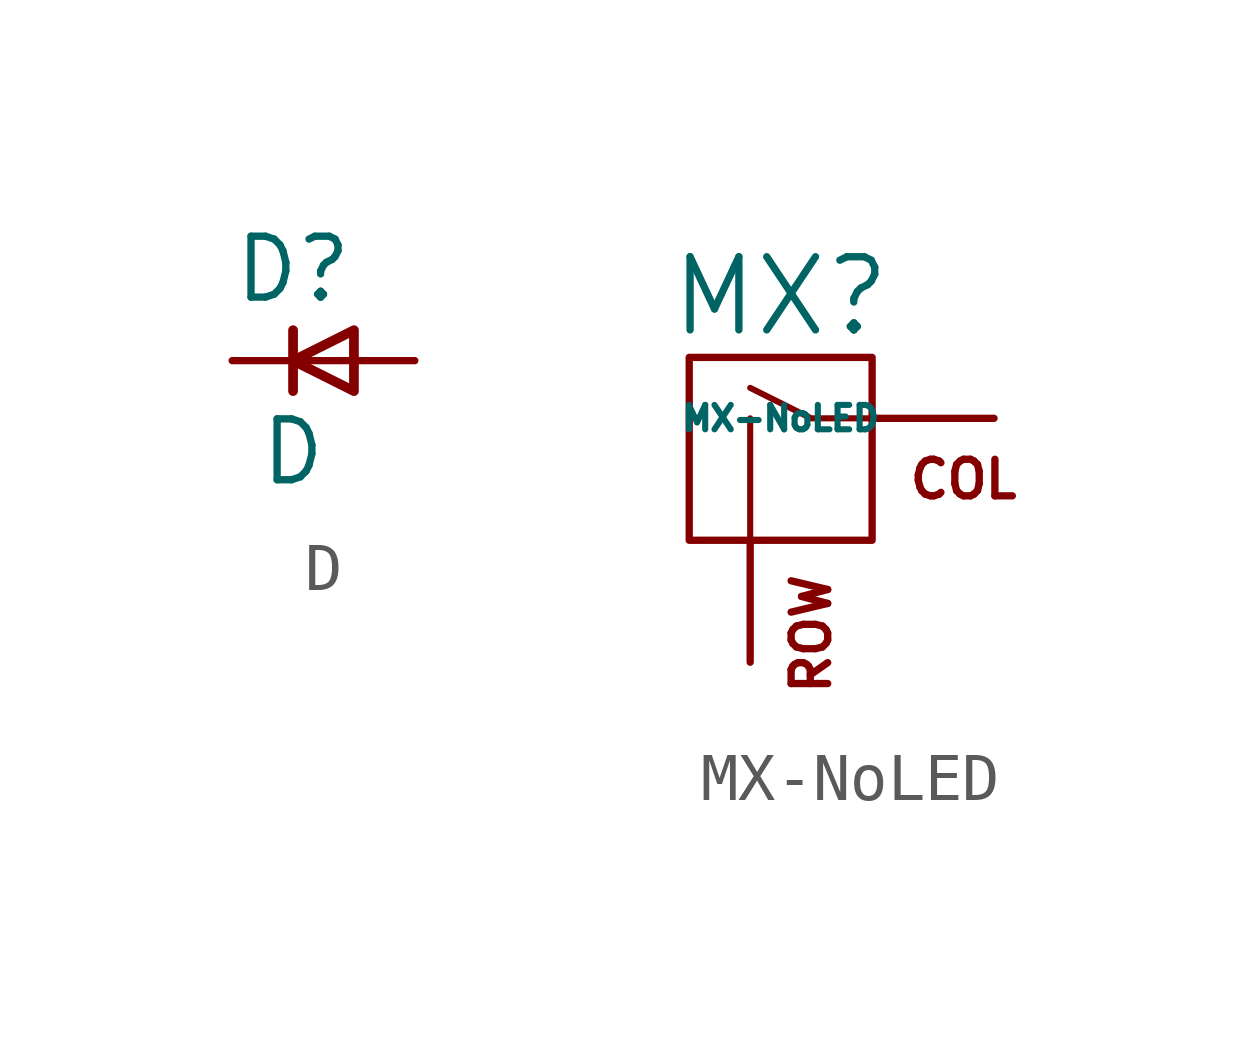
<source format=kicad_sym>
(kicad_symbol_lib
  (version 20201005)
  (generator kicad_symbol_editor)
  (symbol "D"
    (pin_numbers hide)
    (pin_names
      (offset 1.016) hide)
    (property "Reference" "D"
      (at 0 1.905 0)
      (effects (font (size 1.27 1.27))))
    (property "Value" "D"
      (at 0 -1.905 0)
      (effects (font (size 1.27 1.27))))
    (symbol "D_0_1"
      (polyline (pts (xy 1.27 0) (xy 0 0)) (stroke (width 0)) (fill (type none)))
      (polyline (pts (xy 0 0.635) (xy 0 0) (xy 0 -0.635)) (stroke (width 0.203)) (fill (type none)))
      (polyline (pts (xy 1.27 0.635) (xy 1.27 -0.635) (xy 0 0) (xy 1.27 0.635)) (stroke (width 0.203)) (fill (type none))))
    (symbol "D_1_1"
      (pin passive line (at -1.27 0 0) (length 1.27) (name "K" (effects (font (size 1.27 1.27)))) (number "1" (effects (font (size 1.27 1.27)))))
      (pin passive line (at 2.54 0 180) (length 1.27) (name "A" (effects (font (size 1.27 1.27)))) (number "2" (effects (font (size 1.27 1.27)))))))
  (symbol "MX-NoLED"
    (pin_names
      (offset 1.016))
    (property "Reference" "MX"
      (at -0.635 3.81 0)
      (effects (font (size 1.524 1.524))))
    (property "Value" "MX-NoLED"
      (at -0.635 1.27 0)
      (effects (font (size 0.508 0.508))))
    (symbol "MX-NoLED_0_0"
      (text "COL" (at 3.175 0 0) (effects (font (size 0.762 0.762))))
      (text "ROW" (at 0 -1.905 900) (effects (font (size 0.762 0.762)) (justify right)))
      (rectangle (start -2.54 2.54) (end 1.27 -1.27) (stroke (width 0)) (fill (type none)))
      (polyline (pts (xy -1.27 -1.27) (xy -1.27 1.27)) (stroke (width 0.127)) (fill (type none)))
      (polyline (pts (xy 1.27 1.27) (xy 0 1.27) (xy -1.27 1.905)) (stroke (width 0.127)) (fill (type none))))
    (symbol "MX-NoLED_1_1"
      (pin passive line (at 3.81 1.27 180) (length 2.54) (name "COL" (effects (font (size 0 0)))) (number "1" (effects (font (size 0 0)))))
      (pin passive line (at -1.27 -3.81 90) (length 2.54) (name "ROW" (effects (font (size 0 0)))) (number "2" (effects (font (size 0 0))))))))
</source>
